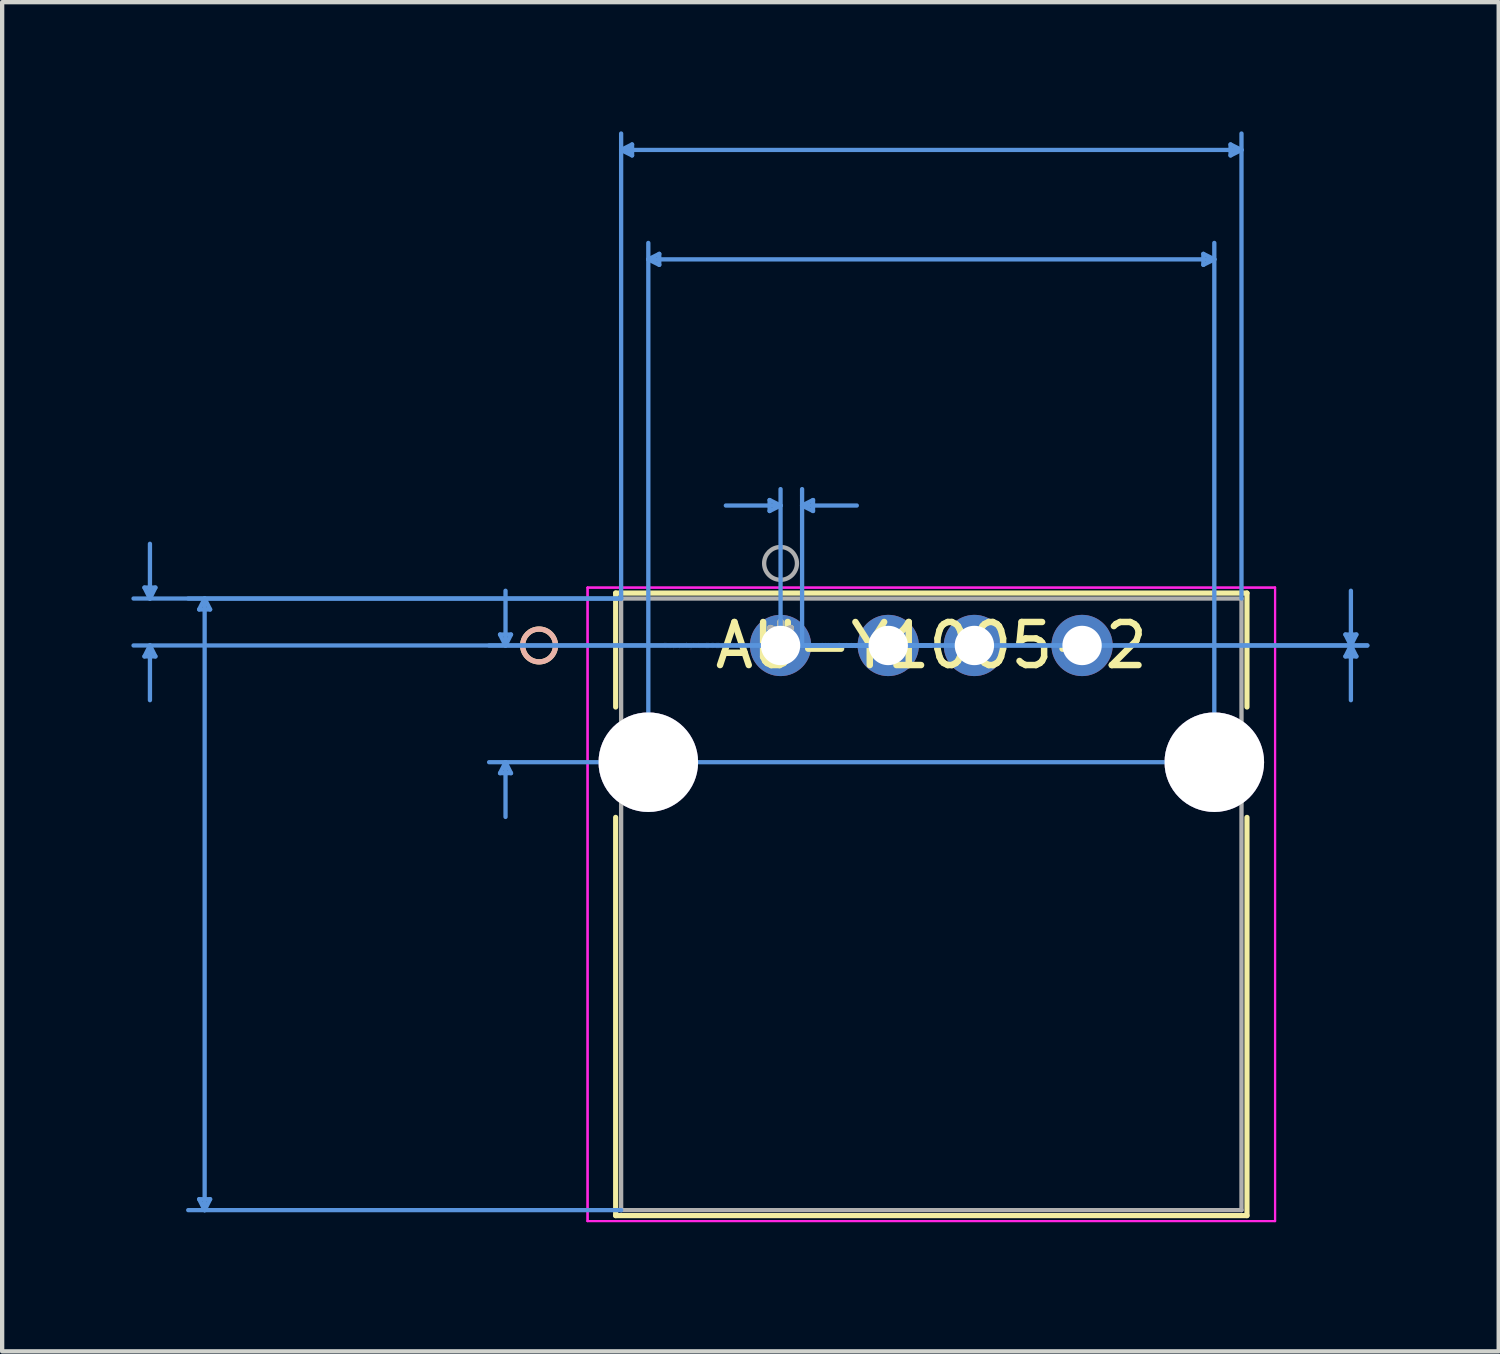
<source format=kicad_pcb>
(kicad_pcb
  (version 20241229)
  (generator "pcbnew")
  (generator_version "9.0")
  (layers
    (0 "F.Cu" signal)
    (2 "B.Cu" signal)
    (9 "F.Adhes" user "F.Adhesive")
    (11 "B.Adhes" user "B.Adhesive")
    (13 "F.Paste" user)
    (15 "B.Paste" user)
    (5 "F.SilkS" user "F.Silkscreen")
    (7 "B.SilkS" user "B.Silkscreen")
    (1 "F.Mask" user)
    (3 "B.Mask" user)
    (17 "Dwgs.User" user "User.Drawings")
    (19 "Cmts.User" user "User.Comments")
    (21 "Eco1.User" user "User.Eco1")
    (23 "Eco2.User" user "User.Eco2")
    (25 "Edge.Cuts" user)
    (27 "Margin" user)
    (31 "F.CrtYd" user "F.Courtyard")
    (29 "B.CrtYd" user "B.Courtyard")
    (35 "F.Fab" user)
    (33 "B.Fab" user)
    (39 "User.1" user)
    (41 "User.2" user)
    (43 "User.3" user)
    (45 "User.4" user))
  (footprint "AU-Y1005-2"
    (layer "F.Cu")
    (at 15.071 11.935)
    (property "Reference" "AU-Y1005-2" (at 3.5 0 0) (layer "F.SilkS") (effects (font (size 1 1) (thickness 0.15))))
    (attr through_hole)
    (fp_line (start -3.828 -1.217) (end -3.828 1.429) (stroke (width 0.12) (type solid)) (layer "F.SilkS"))
    (fp_line (start -3.828 3.991) (end -3.828 13.236) (stroke (width 0.12) (type solid)) (layer "F.SilkS"))
    (fp_line (start -3.828 13.236) (end 10.828 13.236) (stroke (width 0.12) (type solid)) (layer "F.SilkS"))
    (fp_line (start 10.828 -1.217) (end -3.828 -1.217) (stroke (width 0.12) (type solid)) (layer "F.SilkS"))
    (fp_line (start 10.828 1.429) (end 10.828 -1.217) (stroke (width 0.12) (type solid)) (layer "F.SilkS"))
    (fp_line (start 10.828 13.236) (end 10.828 3.991) (stroke (width 0.12) (type solid)) (layer "F.SilkS"))
    (fp_circle (center -5.606 0) (end -5.225 0) (stroke (width 0.12) (type solid)) (fill no) (layer "F.SilkS"))
    (fp_circle (center -5.606 0) (end -5.225 0) (stroke (width 0.12) (type solid)) (fill no) (layer "B.SilkS"))
    (fp_line (start -14.767 -1.344) (end -14.513 -1.344) (stroke (width 0.1) (type solid)) (layer "Cmts.User"))
    (fp_line (start -14.767 0.254) (end -14.513 0.254) (stroke (width 0.1) (type solid)) (layer "Cmts.User"))
    (fp_line (start -14.64 -1.09) (end -14.767 -1.344) (stroke (width 0.1) (type solid)) (layer "Cmts.User"))
    (fp_line (start -14.64 -1.09) (end -14.64 -2.36) (stroke (width 0.1) (type solid)) (layer "Cmts.User"))
    (fp_line (start -14.64 -1.09) (end -14.513 -1.344) (stroke (width 0.1) (type solid)) (layer "Cmts.User"))
    (fp_line (start -14.64 0) (end -14.767 0.254) (stroke (width 0.1) (type solid)) (layer "Cmts.User"))
    (fp_line (start -14.64 0) (end -14.64 1.27) (stroke (width 0.1) (type solid)) (layer "Cmts.User"))
    (fp_line (start -14.64 0) (end -14.513 0.254) (stroke (width 0.1) (type solid)) (layer "Cmts.User"))
    (fp_line (start -13.497 -0.836) (end -13.243 -0.836) (stroke (width 0.1) (type solid)) (layer "Cmts.User"))
    (fp_line (start -13.497 12.855) (end -13.243 12.855) (stroke (width 0.1) (type solid)) (layer "Cmts.User"))
    (fp_line (start -13.37 -1.09) (end -13.497 -0.836) (stroke (width 0.1) (type solid)) (layer "Cmts.User"))
    (fp_line (start -13.37 -1.09) (end -13.37 13.109) (stroke (width 0.1) (type solid)) (layer "Cmts.User"))
    (fp_line (start -13.37 -1.09) (end -13.243 -0.836) (stroke (width 0.1) (type solid)) (layer "Cmts.User"))
    (fp_line (start -13.37 13.109) (end -13.497 12.855) (stroke (width 0.1) (type solid)) (layer "Cmts.User"))
    (fp_line (start -13.37 13.109) (end -13.243 12.855) (stroke (width 0.1) (type solid)) (layer "Cmts.User"))
    (fp_line (start -6.512 -0.254) (end -6.258 -0.254) (stroke (width 0.1) (type solid)) (layer "Cmts.User"))
    (fp_line (start -6.512 2.964) (end -6.258 2.964) (stroke (width 0.1) (type solid)) (layer "Cmts.User"))
    (fp_line (start -6.385 0) (end -6.512 -0.254) (stroke (width 0.1) (type solid)) (layer "Cmts.User"))
    (fp_line (start -6.385 0) (end -6.385 -1.27) (stroke (width 0.1) (type solid)) (layer "Cmts.User"))
    (fp_line (start -6.385 0) (end -6.258 -0.254) (stroke (width 0.1) (type solid)) (layer "Cmts.User"))
    (fp_line (start -6.385 2.71) (end -6.512 2.964) (stroke (width 0.1) (type solid)) (layer "Cmts.User"))
    (fp_line (start -6.385 2.71) (end -6.385 3.98) (stroke (width 0.1) (type solid)) (layer "Cmts.User"))
    (fp_line (start -6.385 2.71) (end -6.258 2.964) (stroke (width 0.1) (type solid)) (layer "Cmts.User"))
    (fp_line (start -3.701 -11.504) (end -3.447 -11.631) (stroke (width 0.1) (type solid)) (layer "Cmts.User"))
    (fp_line (start -3.701 -11.504) (end -3.447 -11.377) (stroke (width 0.1) (type solid)) (layer "Cmts.User"))
    (fp_line (start -3.701 -11.504) (end 10.701 -11.504) (stroke (width 0.1) (type solid)) (layer "Cmts.User"))
    (fp_line (start -3.701 -1.09) (end -15.021 -1.09) (stroke (width 0.1) (type solid)) (layer "Cmts.User"))
    (fp_line (start -3.701 -1.09) (end -13.751 -1.09) (stroke (width 0.1) (type solid)) (layer "Cmts.User"))
    (fp_line (start -3.701 -1.09) (end -3.701 -11.885) (stroke (width 0.1) (type solid)) (layer "Cmts.User"))
    (fp_line (start -3.701 13.109) (end -13.751 13.109) (stroke (width 0.1) (type solid)) (layer "Cmts.User"))
    (fp_line (start -3.447 -11.631) (end -3.447 -11.377) (stroke (width 0.1) (type solid)) (layer "Cmts.User"))
    (fp_line (start -3.07 -8.964) (end -2.816 -9.091) (stroke (width 0.1) (type solid)) (layer "Cmts.User"))
    (fp_line (start -3.07 -8.964) (end -2.816 -8.837) (stroke (width 0.1) (type solid)) (layer "Cmts.User"))
    (fp_line (start -3.07 -8.964) (end 10.07 -8.964) (stroke (width 0.1) (type solid)) (layer "Cmts.User"))
    (fp_line (start -3.07 2.71) (end -3.07 -9.345) (stroke (width 0.1) (type solid)) (layer "Cmts.User"))
    (fp_line (start -2.816 -9.091) (end -2.816 -8.837) (stroke (width 0.1) (type solid)) (layer "Cmts.User"))
    (fp_line (start -0.254 -3.376) (end -0.254 -3.122) (stroke (width 0.1) (type solid)) (layer "Cmts.User"))
    (fp_line (start 0 -3.249) (end -1.27 -3.249) (stroke (width 0.1) (type solid)) (layer "Cmts.User"))
    (fp_line (start 0 -3.249) (end -0.254 -3.376) (stroke (width 0.1) (type solid)) (layer "Cmts.User"))
    (fp_line (start 0 -3.249) (end -0.254 -3.122) (stroke (width 0.1) (type solid)) (layer "Cmts.User"))
    (fp_line (start 0 0) (end 0 -3.63) (stroke (width 0.1) (type solid)) (layer "Cmts.User"))
    (fp_line (start 0 0) (end 13.622 0) (stroke (width 0.1) (type solid)) (layer "Cmts.User"))
    (fp_line (start 0 0) (end 13.622 0) (stroke (width 0.1) (type solid)) (layer "Cmts.User"))
    (fp_line (start 0.5 -3.249) (end 0.754 -3.376) (stroke (width 0.1) (type solid)) (layer "Cmts.User"))
    (fp_line (start 0.5 -3.249) (end 0.754 -3.122) (stroke (width 0.1) (type solid)) (layer "Cmts.User"))
    (fp_line (start 0.5 -3.249) (end 1.77 -3.249) (stroke (width 0.1) (type solid)) (layer "Cmts.User"))
    (fp_line (start 0.5 0) (end 0.5 -3.63) (stroke (width 0.1) (type solid)) (layer "Cmts.User"))
    (fp_line (start 0.754 -3.376) (end 0.754 -3.122) (stroke (width 0.1) (type solid)) (layer "Cmts.User"))
    (fp_line (start 3.5 0) (end -15.021 0) (stroke (width 0.1) (type solid)) (layer "Cmts.User"))
    (fp_line (start 3.5 0) (end -6.766 0) (stroke (width 0.1) (type solid)) (layer "Cmts.User"))
    (fp_line (start 9.816 -9.091) (end 9.816 -8.837) (stroke (width 0.1) (type solid)) (layer "Cmts.User"))
    (fp_line (start 10.07 -8.964) (end 9.816 -9.091) (stroke (width 0.1) (type solid)) (layer "Cmts.User"))
    (fp_line (start 10.07 -8.964) (end 9.816 -8.837) (stroke (width 0.1) (type solid)) (layer "Cmts.User"))
    (fp_line (start 10.07 2.71) (end -6.766 2.71) (stroke (width 0.1) (type solid)) (layer "Cmts.User"))
    (fp_line (start 10.07 2.71) (end 10.07 -9.345) (stroke (width 0.1) (type solid)) (layer "Cmts.User"))
    (fp_line (start 10.447 -11.631) (end 10.447 -11.377) (stroke (width 0.1) (type solid)) (layer "Cmts.User"))
    (fp_line (start 10.701 -11.504) (end 10.447 -11.631) (stroke (width 0.1) (type solid)) (layer "Cmts.User"))
    (fp_line (start 10.701 -11.504) (end 10.447 -11.377) (stroke (width 0.1) (type solid)) (layer "Cmts.User"))
    (fp_line (start 10.701 -1.09) (end 10.701 -11.885) (stroke (width 0.1) (type solid)) (layer "Cmts.User"))
    (fp_line (start 13.114 -0.254) (end 13.368 -0.254) (stroke (width 0.1) (type solid)) (layer "Cmts.User"))
    (fp_line (start 13.114 0.254) (end 13.368 0.254) (stroke (width 0.1) (type solid)) (layer "Cmts.User"))
    (fp_line (start 13.241 0) (end 13.114 -0.254) (stroke (width 0.1) (type solid)) (layer "Cmts.User"))
    (fp_line (start 13.241 0) (end 13.114 0.254) (stroke (width 0.1) (type solid)) (layer "Cmts.User"))
    (fp_line (start 13.241 0) (end 13.241 -1.27) (stroke (width 0.1) (type solid)) (layer "Cmts.User"))
    (fp_line (start 13.241 0) (end 13.241 1.27) (stroke (width 0.1) (type solid)) (layer "Cmts.User"))
    (fp_line (start 13.241 0) (end 13.368 -0.254) (stroke (width 0.1) (type solid)) (layer "Cmts.User"))
    (fp_line (start 13.241 0) (end 13.368 0.254) (stroke (width 0.1) (type solid)) (layer "Cmts.User"))
    (fp_line (start -4.48 -1.344) (end -4.48 13.363) (stroke (width 0.05) (type solid)) (layer "F.CrtYd"))
    (fp_line (start -4.48 -1.344) (end -4.48 13.363) (stroke (width 0.05) (type solid)) (layer "F.CrtYd"))
    (fp_line (start -4.48 13.363) (end 11.48 13.363) (stroke (width 0.05) (type solid)) (layer "F.CrtYd"))
    (fp_line (start -4.48 13.363) (end 11.48 13.363) (stroke (width 0.05) (type solid)) (layer "F.CrtYd"))
    (fp_line (start 11.48 -1.344) (end -4.48 -1.344) (stroke (width 0.05) (type solid)) (layer "F.CrtYd"))
    (fp_line (start 11.48 -1.344) (end -4.48 -1.344) (stroke (width 0.05) (type solid)) (layer "F.CrtYd"))
    (fp_line (start 11.48 13.363) (end 11.48 -1.344) (stroke (width 0.05) (type solid)) (layer "F.CrtYd"))
    (fp_line (start 11.48 13.363) (end 11.48 -1.344) (stroke (width 0.05) (type solid)) (layer "F.CrtYd"))
    (fp_line (start -3.701 -1.09) (end -3.701 13.109) (stroke (width 0.1) (type solid)) (layer "F.Fab"))
    (fp_line (start -3.701 13.109) (end 10.701 13.109) (stroke (width 0.1) (type solid)) (layer "F.Fab"))
    (fp_line (start 10.701 -1.09) (end -3.701 -1.09) (stroke (width 0.1) (type solid)) (layer "F.Fab"))
    (fp_line (start 10.701 13.109) (end 10.701 -1.09) (stroke (width 0.1) (type solid)) (layer "F.Fab"))
    (fp_circle (center 0 -1.905) (end 0.381 -1.905) (stroke (width 0.1) (type solid)) (fill no) (layer "F.Fab"))
    (fp_text user "*" (at 0 0 0) (layer "F.SilkS") (effects (font (size 1 1) (thickness 0.15))))
    (fp_text user "Copyright 2021 Accelerated Designs. All rights reserved." (at 0 0 0) (layer "Cmts.User") (effects (font (size 0.127 0.127) (thickness 0.002))))
    (fp_text user "*" (at 0 0 0) (layer "F.Fab") (effects (font (size 1 1) (thickness 0.15))))
    (pad "1" thru_hole circle (at 0 0) (size 1.422 1.422) (drill 0.914) (layers "*.Cu" "*.Mask"))
    (pad "2" thru_hole circle (at 2.5 0) (size 1.422 1.422) (drill 0.914) (layers "*.Cu" "*.Mask"))
    (pad "3" thru_hole circle (at 4.5 0) (size 1.422 1.422) (drill 0.914) (layers "*.Cu" "*.Mask"))
    (pad "4" thru_hole circle (at 7 0) (size 1.422 1.422) (drill 0.914) (layers "*.Cu" "*.Mask"))
    (pad "5" thru_hole circle (at -3.07 2.71) (size 2.311 2.311) (drill 2.311) (layers "*.Cu" "*.Mask"))
    (pad "6" thru_hole circle (at 10.07 2.71) (size 2.311 2.311) (drill 2.311) (layers "*.Cu" "*.Mask")))
  (gr_rect
    (start -3 -3)
    (end 31.743 28.323)
    (stroke (width 0.1) (type default))
    (fill no)
    (layer "Edge.Cuts")))
</source>
